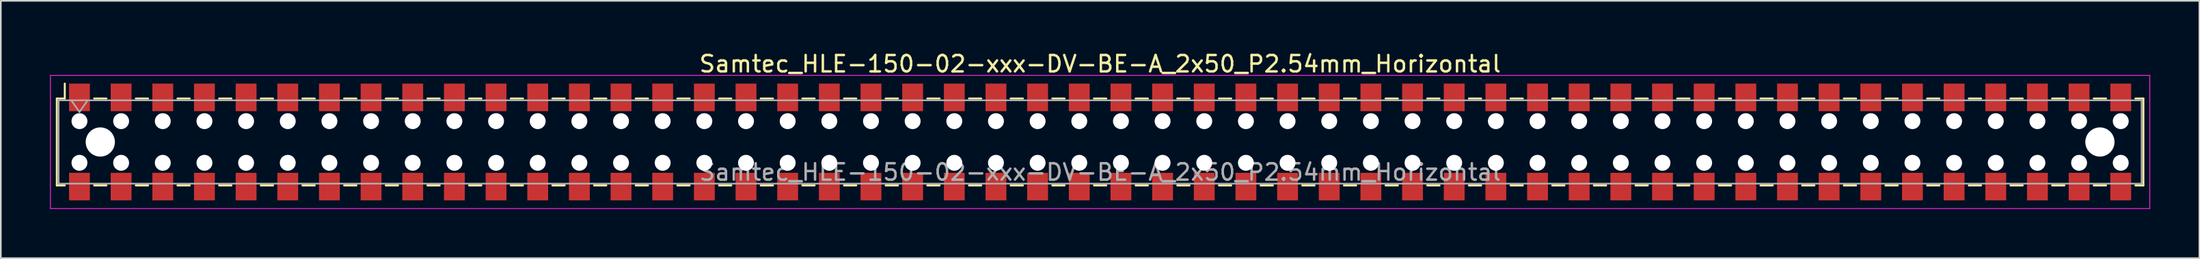
<source format=kicad_pcb>
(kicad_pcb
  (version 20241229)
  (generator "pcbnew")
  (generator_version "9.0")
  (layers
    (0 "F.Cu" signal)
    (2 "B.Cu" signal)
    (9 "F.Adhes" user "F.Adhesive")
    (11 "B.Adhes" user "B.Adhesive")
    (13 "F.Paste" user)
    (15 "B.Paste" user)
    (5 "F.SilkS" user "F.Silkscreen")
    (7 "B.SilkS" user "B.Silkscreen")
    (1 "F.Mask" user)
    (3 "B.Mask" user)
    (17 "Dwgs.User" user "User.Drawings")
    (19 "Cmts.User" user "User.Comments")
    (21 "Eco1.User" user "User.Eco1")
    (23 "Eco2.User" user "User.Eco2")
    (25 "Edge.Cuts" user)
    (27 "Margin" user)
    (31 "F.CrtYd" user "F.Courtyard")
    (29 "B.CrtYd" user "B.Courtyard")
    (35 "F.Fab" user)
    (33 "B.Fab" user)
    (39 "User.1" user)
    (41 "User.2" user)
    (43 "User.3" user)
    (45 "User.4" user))
  (footprint "Samtec_HLE-150-02-xxx-DV-BE-A_2x50_P2.54mm_Horizontal"
    (layer "F.Cu")
    (at 64.025 5.608)
    (property "Reference" "Samtec_HLE-150-02-xxx-DV-BE-A_2x50_P2.54mm_Horizontal" (at 0 -4.76 0) (layer "F.SilkS") (effects (font (size 1 1) (thickness 0.15))))
    (attr smd)
    (fp_line (start -63.61 -2.65) (end -63.61 2.65) (stroke (width 0.12) (type solid)) (layer "F.SilkS"))
    (fp_line (start -63.61 2.65) (end -63.125 2.65) (stroke (width 0.12) (type solid)) (layer "F.SilkS"))
    (fp_line (start -63.125 -3.56) (end -63.125 -2.65) (stroke (width 0.12) (type solid)) (layer "F.SilkS"))
    (fp_line (start -63.125 -2.65) (end -63.61 -2.65) (stroke (width 0.12) (type solid)) (layer "F.SilkS"))
    (fp_line (start -61.335 -2.65) (end -60.585 -2.65) (stroke (width 0.12) (type solid)) (layer "F.SilkS"))
    (fp_line (start -61.335 2.65) (end -60.585 2.65) (stroke (width 0.12) (type solid)) (layer "F.SilkS"))
    (fp_line (start -58.795 -2.65) (end -58.045 -2.65) (stroke (width 0.12) (type solid)) (layer "F.SilkS"))
    (fp_line (start -58.795 2.65) (end -58.045 2.65) (stroke (width 0.12) (type solid)) (layer "F.SilkS"))
    (fp_line (start -56.255 -2.65) (end -55.505 -2.65) (stroke (width 0.12) (type solid)) (layer "F.SilkS"))
    (fp_line (start -56.255 2.65) (end -55.505 2.65) (stroke (width 0.12) (type solid)) (layer "F.SilkS"))
    (fp_line (start -53.715 -2.65) (end -52.965 -2.65) (stroke (width 0.12) (type solid)) (layer "F.SilkS"))
    (fp_line (start -53.715 2.65) (end -52.965 2.65) (stroke (width 0.12) (type solid)) (layer "F.SilkS"))
    (fp_line (start -51.175 -2.65) (end -50.425 -2.65) (stroke (width 0.12) (type solid)) (layer "F.SilkS"))
    (fp_line (start -51.175 2.65) (end -50.425 2.65) (stroke (width 0.12) (type solid)) (layer "F.SilkS"))
    (fp_line (start -48.635 -2.65) (end -47.885 -2.65) (stroke (width 0.12) (type solid)) (layer "F.SilkS"))
    (fp_line (start -48.635 2.65) (end -47.885 2.65) (stroke (width 0.12) (type solid)) (layer "F.SilkS"))
    (fp_line (start -46.095 -2.65) (end -45.345 -2.65) (stroke (width 0.12) (type solid)) (layer "F.SilkS"))
    (fp_line (start -46.095 2.65) (end -45.345 2.65) (stroke (width 0.12) (type solid)) (layer "F.SilkS"))
    (fp_line (start -43.555 -2.65) (end -42.805 -2.65) (stroke (width 0.12) (type solid)) (layer "F.SilkS"))
    (fp_line (start -43.555 2.65) (end -42.805 2.65) (stroke (width 0.12) (type solid)) (layer "F.SilkS"))
    (fp_line (start -41.015 -2.65) (end -40.265 -2.65) (stroke (width 0.12) (type solid)) (layer "F.SilkS"))
    (fp_line (start -41.015 2.65) (end -40.265 2.65) (stroke (width 0.12) (type solid)) (layer "F.SilkS"))
    (fp_line (start -38.475 -2.65) (end -37.725 -2.65) (stroke (width 0.12) (type solid)) (layer "F.SilkS"))
    (fp_line (start -38.475 2.65) (end -37.725 2.65) (stroke (width 0.12) (type solid)) (layer "F.SilkS"))
    (fp_line (start -35.935 -2.65) (end -35.185 -2.65) (stroke (width 0.12) (type solid)) (layer "F.SilkS"))
    (fp_line (start -35.935 2.65) (end -35.185 2.65) (stroke (width 0.12) (type solid)) (layer "F.SilkS"))
    (fp_line (start -33.395 -2.65) (end -32.645 -2.65) (stroke (width 0.12) (type solid)) (layer "F.SilkS"))
    (fp_line (start -33.395 2.65) (end -32.645 2.65) (stroke (width 0.12) (type solid)) (layer "F.SilkS"))
    (fp_line (start -30.855 -2.65) (end -30.105 -2.65) (stroke (width 0.12) (type solid)) (layer "F.SilkS"))
    (fp_line (start -30.855 2.65) (end -30.105 2.65) (stroke (width 0.12) (type solid)) (layer "F.SilkS"))
    (fp_line (start -28.315 -2.65) (end -27.565 -2.65) (stroke (width 0.12) (type solid)) (layer "F.SilkS"))
    (fp_line (start -28.315 2.65) (end -27.565 2.65) (stroke (width 0.12) (type solid)) (layer "F.SilkS"))
    (fp_line (start -25.775 -2.65) (end -25.025 -2.65) (stroke (width 0.12) (type solid)) (layer "F.SilkS"))
    (fp_line (start -25.775 2.65) (end -25.025 2.65) (stroke (width 0.12) (type solid)) (layer "F.SilkS"))
    (fp_line (start -23.235 -2.65) (end -22.485 -2.65) (stroke (width 0.12) (type solid)) (layer "F.SilkS"))
    (fp_line (start -23.235 2.65) (end -22.485 2.65) (stroke (width 0.12) (type solid)) (layer "F.SilkS"))
    (fp_line (start -20.695 -2.65) (end -19.945 -2.65) (stroke (width 0.12) (type solid)) (layer "F.SilkS"))
    (fp_line (start -20.695 2.65) (end -19.945 2.65) (stroke (width 0.12) (type solid)) (layer "F.SilkS"))
    (fp_line (start -18.155 -2.65) (end -17.405 -2.65) (stroke (width 0.12) (type solid)) (layer "F.SilkS"))
    (fp_line (start -18.155 2.65) (end -17.405 2.65) (stroke (width 0.12) (type solid)) (layer "F.SilkS"))
    (fp_line (start -15.615 -2.65) (end -14.865 -2.65) (stroke (width 0.12) (type solid)) (layer "F.SilkS"))
    (fp_line (start -15.615 2.65) (end -14.865 2.65) (stroke (width 0.12) (type solid)) (layer "F.SilkS"))
    (fp_line (start -13.075 -2.65) (end -12.325 -2.65) (stroke (width 0.12) (type solid)) (layer "F.SilkS"))
    (fp_line (start -13.075 2.65) (end -12.325 2.65) (stroke (width 0.12) (type solid)) (layer "F.SilkS"))
    (fp_line (start -10.535 -2.65) (end -9.785 -2.65) (stroke (width 0.12) (type solid)) (layer "F.SilkS"))
    (fp_line (start -10.535 2.65) (end -9.785 2.65) (stroke (width 0.12) (type solid)) (layer "F.SilkS"))
    (fp_line (start -7.995 -2.65) (end -7.245 -2.65) (stroke (width 0.12) (type solid)) (layer "F.SilkS"))
    (fp_line (start -7.995 2.65) (end -7.245 2.65) (stroke (width 0.12) (type solid)) (layer "F.SilkS"))
    (fp_line (start -5.455 -2.65) (end -4.705 -2.65) (stroke (width 0.12) (type solid)) (layer "F.SilkS"))
    (fp_line (start -5.455 2.65) (end -4.705 2.65) (stroke (width 0.12) (type solid)) (layer "F.SilkS"))
    (fp_line (start -2.915 -2.65) (end -2.165 -2.65) (stroke (width 0.12) (type solid)) (layer "F.SilkS"))
    (fp_line (start -2.915 2.65) (end -2.165 2.65) (stroke (width 0.12) (type solid)) (layer "F.SilkS"))
    (fp_line (start -0.375 -2.65) (end 0.375 -2.65) (stroke (width 0.12) (type solid)) (layer "F.SilkS"))
    (fp_line (start -0.375 2.65) (end 0.375 2.65) (stroke (width 0.12) (type solid)) (layer "F.SilkS"))
    (fp_line (start 2.165 -2.65) (end 2.915 -2.65) (stroke (width 0.12) (type solid)) (layer "F.SilkS"))
    (fp_line (start 2.165 2.65) (end 2.915 2.65) (stroke (width 0.12) (type solid)) (layer "F.SilkS"))
    (fp_line (start 4.705 -2.65) (end 5.455 -2.65) (stroke (width 0.12) (type solid)) (layer "F.SilkS"))
    (fp_line (start 4.705 2.65) (end 5.455 2.65) (stroke (width 0.12) (type solid)) (layer "F.SilkS"))
    (fp_line (start 7.245 -2.65) (end 7.995 -2.65) (stroke (width 0.12) (type solid)) (layer "F.SilkS"))
    (fp_line (start 7.245 2.65) (end 7.995 2.65) (stroke (width 0.12) (type solid)) (layer "F.SilkS"))
    (fp_line (start 9.785 -2.65) (end 10.535 -2.65) (stroke (width 0.12) (type solid)) (layer "F.SilkS"))
    (fp_line (start 9.785 2.65) (end 10.535 2.65) (stroke (width 0.12) (type solid)) (layer "F.SilkS"))
    (fp_line (start 12.325 -2.65) (end 13.075 -2.65) (stroke (width 0.12) (type solid)) (layer "F.SilkS"))
    (fp_line (start 12.325 2.65) (end 13.075 2.65) (stroke (width 0.12) (type solid)) (layer "F.SilkS"))
    (fp_line (start 14.865 -2.65) (end 15.615 -2.65) (stroke (width 0.12) (type solid)) (layer "F.SilkS"))
    (fp_line (start 14.865 2.65) (end 15.615 2.65) (stroke (width 0.12) (type solid)) (layer "F.SilkS"))
    (fp_line (start 17.405 -2.65) (end 18.155 -2.65) (stroke (width 0.12) (type solid)) (layer "F.SilkS"))
    (fp_line (start 17.405 2.65) (end 18.155 2.65) (stroke (width 0.12) (type solid)) (layer "F.SilkS"))
    (fp_line (start 19.945 -2.65) (end 20.695 -2.65) (stroke (width 0.12) (type solid)) (layer "F.SilkS"))
    (fp_line (start 19.945 2.65) (end 20.695 2.65) (stroke (width 0.12) (type solid)) (layer "F.SilkS"))
    (fp_line (start 22.485 -2.65) (end 23.235 -2.65) (stroke (width 0.12) (type solid)) (layer "F.SilkS"))
    (fp_line (start 22.485 2.65) (end 23.235 2.65) (stroke (width 0.12) (type solid)) (layer "F.SilkS"))
    (fp_line (start 25.025 -2.65) (end 25.775 -2.65) (stroke (width 0.12) (type solid)) (layer "F.SilkS"))
    (fp_line (start 25.025 2.65) (end 25.775 2.65) (stroke (width 0.12) (type solid)) (layer "F.SilkS"))
    (fp_line (start 27.565 -2.65) (end 28.315 -2.65) (stroke (width 0.12) (type solid)) (layer "F.SilkS"))
    (fp_line (start 27.565 2.65) (end 28.315 2.65) (stroke (width 0.12) (type solid)) (layer "F.SilkS"))
    (fp_line (start 30.105 -2.65) (end 30.855 -2.65) (stroke (width 0.12) (type solid)) (layer "F.SilkS"))
    (fp_line (start 30.105 2.65) (end 30.855 2.65) (stroke (width 0.12) (type solid)) (layer "F.SilkS"))
    (fp_line (start 32.645 -2.65) (end 33.395 -2.65) (stroke (width 0.12) (type solid)) (layer "F.SilkS"))
    (fp_line (start 32.645 2.65) (end 33.395 2.65) (stroke (width 0.12) (type solid)) (layer "F.SilkS"))
    (fp_line (start 35.185 -2.65) (end 35.935 -2.65) (stroke (width 0.12) (type solid)) (layer "F.SilkS"))
    (fp_line (start 35.185 2.65) (end 35.935 2.65) (stroke (width 0.12) (type solid)) (layer "F.SilkS"))
    (fp_line (start 37.725 -2.65) (end 38.475 -2.65) (stroke (width 0.12) (type solid)) (layer "F.SilkS"))
    (fp_line (start 37.725 2.65) (end 38.475 2.65) (stroke (width 0.12) (type solid)) (layer "F.SilkS"))
    (fp_line (start 40.265 -2.65) (end 41.015 -2.65) (stroke (width 0.12) (type solid)) (layer "F.SilkS"))
    (fp_line (start 40.265 2.65) (end 41.015 2.65) (stroke (width 0.12) (type solid)) (layer "F.SilkS"))
    (fp_line (start 42.805 -2.65) (end 43.555 -2.65) (stroke (width 0.12) (type solid)) (layer "F.SilkS"))
    (fp_line (start 42.805 2.65) (end 43.555 2.65) (stroke (width 0.12) (type solid)) (layer "F.SilkS"))
    (fp_line (start 45.345 -2.65) (end 46.095 -2.65) (stroke (width 0.12) (type solid)) (layer "F.SilkS"))
    (fp_line (start 45.345 2.65) (end 46.095 2.65) (stroke (width 0.12) (type solid)) (layer "F.SilkS"))
    (fp_line (start 47.885 -2.65) (end 48.635 -2.65) (stroke (width 0.12) (type solid)) (layer "F.SilkS"))
    (fp_line (start 47.885 2.65) (end 48.635 2.65) (stroke (width 0.12) (type solid)) (layer "F.SilkS"))
    (fp_line (start 50.425 -2.65) (end 51.175 -2.65) (stroke (width 0.12) (type solid)) (layer "F.SilkS"))
    (fp_line (start 50.425 2.65) (end 51.175 2.65) (stroke (width 0.12) (type solid)) (layer "F.SilkS"))
    (fp_line (start 52.965 -2.65) (end 53.715 -2.65) (stroke (width 0.12) (type solid)) (layer "F.SilkS"))
    (fp_line (start 52.965 2.65) (end 53.715 2.65) (stroke (width 0.12) (type solid)) (layer "F.SilkS"))
    (fp_line (start 55.505 -2.65) (end 56.255 -2.65) (stroke (width 0.12) (type solid)) (layer "F.SilkS"))
    (fp_line (start 55.505 2.65) (end 56.255 2.65) (stroke (width 0.12) (type solid)) (layer "F.SilkS"))
    (fp_line (start 58.045 -2.65) (end 58.795 -2.65) (stroke (width 0.12) (type solid)) (layer "F.SilkS"))
    (fp_line (start 58.045 2.65) (end 58.795 2.65) (stroke (width 0.12) (type solid)) (layer "F.SilkS"))
    (fp_line (start 60.585 -2.65) (end 61.335 -2.65) (stroke (width 0.12) (type solid)) (layer "F.SilkS"))
    (fp_line (start 60.585 2.65) (end 61.335 2.65) (stroke (width 0.12) (type solid)) (layer "F.SilkS"))
    (fp_line (start 63.125 -2.65) (end 63.61 -2.65) (stroke (width 0.12) (type solid)) (layer "F.SilkS"))
    (fp_line (start 63.61 -2.65) (end 63.61 2.65) (stroke (width 0.12) (type solid)) (layer "F.SilkS"))
    (fp_line (start 63.61 2.65) (end 63.125 2.65) (stroke (width 0.12) (type solid)) (layer "F.SilkS"))
    (fp_line (start -64 -4.06) (end 64 -4.06) (stroke (width 0.05) (type solid)) (layer "F.CrtYd"))
    (fp_line (start -64 4.06) (end -64 -4.06) (stroke (width 0.05) (type solid)) (layer "F.CrtYd"))
    (fp_line (start 64 -4.06) (end 64 4.06) (stroke (width 0.05) (type solid)) (layer "F.CrtYd"))
    (fp_line (start 64 4.06) (end -64 4.06) (stroke (width 0.05) (type solid)) (layer "F.CrtYd"))
    (fp_line (start -63.5 -2.54) (end 63.5 -2.54) (stroke (width 0.1) (type solid)) (layer "F.Fab"))
    (fp_line (start -63.5 2.54) (end -63.5 -2.54) (stroke (width 0.1) (type solid)) (layer "F.Fab"))
    (fp_line (start -62.73 -2.54) (end -62.23 -1.833) (stroke (width 0.1) (type solid)) (layer "F.Fab"))
    (fp_line (start -62.23 -1.833) (end -61.73 -2.54) (stroke (width 0.1) (type solid)) (layer "F.Fab"))
    (fp_line (start 63.5 -2.54) (end 63.5 2.54) (stroke (width 0.1) (type solid)) (layer "F.Fab"))
    (fp_line (start 63.5 2.54) (end -63.5 2.54) (stroke (width 0.1) (type solid)) (layer "F.Fab"))
    (fp_text user "${REFERENCE}" (at 0 1.84 0) (layer "F.Fab") (effects (font (size 1 1) (thickness 0.15))))
    (pad "" np_thru_hole circle (at -62.23 -1.27) (size 0.97 0.97) (drill 0.97) (layers "*.Cu" "*.Mask"))
    (pad "" np_thru_hole circle (at -62.23 1.27) (size 0.97 0.97) (drill 0.97) (layers "*.Cu" "*.Mask"))
    (pad "" np_thru_hole circle (at -60.96 0) (size 1.78 1.78) (drill 1.78) (layers "*.Cu" "*.Mask"))
    (pad "" np_thru_hole circle (at -59.69 -1.27) (size 0.97 0.97) (drill 0.97) (layers "*.Cu" "*.Mask"))
    (pad "" np_thru_hole circle (at -59.69 1.27) (size 0.97 0.97) (drill 0.97) (layers "*.Cu" "*.Mask"))
    (pad "" np_thru_hole circle (at -57.15 -1.27) (size 0.97 0.97) (drill 0.97) (layers "*.Cu" "*.Mask"))
    (pad "" np_thru_hole circle (at -57.15 1.27) (size 0.97 0.97) (drill 0.97) (layers "*.Cu" "*.Mask"))
    (pad "" np_thru_hole circle (at -54.61 -1.27) (size 0.97 0.97) (drill 0.97) (layers "*.Cu" "*.Mask"))
    (pad "" np_thru_hole circle (at -54.61 1.27) (size 0.97 0.97) (drill 0.97) (layers "*.Cu" "*.Mask"))
    (pad "" np_thru_hole circle (at -52.07 -1.27) (size 0.97 0.97) (drill 0.97) (layers "*.Cu" "*.Mask"))
    (pad "" np_thru_hole circle (at -52.07 1.27) (size 0.97 0.97) (drill 0.97) (layers "*.Cu" "*.Mask"))
    (pad "" np_thru_hole circle (at -49.53 -1.27) (size 0.97 0.97) (drill 0.97) (layers "*.Cu" "*.Mask"))
    (pad "" np_thru_hole circle (at -49.53 1.27) (size 0.97 0.97) (drill 0.97) (layers "*.Cu" "*.Mask"))
    (pad "" np_thru_hole circle (at -46.99 -1.27) (size 0.97 0.97) (drill 0.97) (layers "*.Cu" "*.Mask"))
    (pad "" np_thru_hole circle (at -46.99 1.27) (size 0.97 0.97) (drill 0.97) (layers "*.Cu" "*.Mask"))
    (pad "" np_thru_hole circle (at -44.45 -1.27) (size 0.97 0.97) (drill 0.97) (layers "*.Cu" "*.Mask"))
    (pad "" np_thru_hole circle (at -44.45 1.27) (size 0.97 0.97) (drill 0.97) (layers "*.Cu" "*.Mask"))
    (pad "" np_thru_hole circle (at -41.91 -1.27) (size 0.97 0.97) (drill 0.97) (layers "*.Cu" "*.Mask"))
    (pad "" np_thru_hole circle (at -41.91 1.27) (size 0.97 0.97) (drill 0.97) (layers "*.Cu" "*.Mask"))
    (pad "" np_thru_hole circle (at -39.37 -1.27) (size 0.97 0.97) (drill 0.97) (layers "*.Cu" "*.Mask"))
    (pad "" np_thru_hole circle (at -39.37 1.27) (size 0.97 0.97) (drill 0.97) (layers "*.Cu" "*.Mask"))
    (pad "" np_thru_hole circle (at -36.83 -1.27) (size 0.97 0.97) (drill 0.97) (layers "*.Cu" "*.Mask"))
    (pad "" np_thru_hole circle (at -36.83 1.27) (size 0.97 0.97) (drill 0.97) (layers "*.Cu" "*.Mask"))
    (pad "" np_thru_hole circle (at -34.29 -1.27) (size 0.97 0.97) (drill 0.97) (layers "*.Cu" "*.Mask"))
    (pad "" np_thru_hole circle (at -34.29 1.27) (size 0.97 0.97) (drill 0.97) (layers "*.Cu" "*.Mask"))
    (pad "" np_thru_hole circle (at -31.75 -1.27) (size 0.97 0.97) (drill 0.97) (layers "*.Cu" "*.Mask"))
    (pad "" np_thru_hole circle (at -31.75 1.27) (size 0.97 0.97) (drill 0.97) (layers "*.Cu" "*.Mask"))
    (pad "" np_thru_hole circle (at -29.21 -1.27) (size 0.97 0.97) (drill 0.97) (layers "*.Cu" "*.Mask"))
    (pad "" np_thru_hole circle (at -29.21 1.27) (size 0.97 0.97) (drill 0.97) (layers "*.Cu" "*.Mask"))
    (pad "" np_thru_hole circle (at -26.67 -1.27) (size 0.97 0.97) (drill 0.97) (layers "*.Cu" "*.Mask"))
    (pad "" np_thru_hole circle (at -26.67 1.27) (size 0.97 0.97) (drill 0.97) (layers "*.Cu" "*.Mask"))
    (pad "" np_thru_hole circle (at -24.13 -1.27) (size 0.97 0.97) (drill 0.97) (layers "*.Cu" "*.Mask"))
    (pad "" np_thru_hole circle (at -24.13 1.27) (size 0.97 0.97) (drill 0.97) (layers "*.Cu" "*.Mask"))
    (pad "" np_thru_hole circle (at -21.59 -1.27) (size 0.97 0.97) (drill 0.97) (layers "*.Cu" "*.Mask"))
    (pad "" np_thru_hole circle (at -21.59 1.27) (size 0.97 0.97) (drill 0.97) (layers "*.Cu" "*.Mask"))
    (pad "" np_thru_hole circle (at -19.05 -1.27) (size 0.97 0.97) (drill 0.97) (layers "*.Cu" "*.Mask"))
    (pad "" np_thru_hole circle (at -19.05 1.27) (size 0.97 0.97) (drill 0.97) (layers "*.Cu" "*.Mask"))
    (pad "" np_thru_hole circle (at -16.51 -1.27) (size 0.97 0.97) (drill 0.97) (layers "*.Cu" "*.Mask"))
    (pad "" np_thru_hole circle (at -16.51 1.27) (size 0.97 0.97) (drill 0.97) (layers "*.Cu" "*.Mask"))
    (pad "" np_thru_hole circle (at -13.97 -1.27) (size 0.97 0.97) (drill 0.97) (layers "*.Cu" "*.Mask"))
    (pad "" np_thru_hole circle (at -13.97 1.27) (size 0.97 0.97) (drill 0.97) (layers "*.Cu" "*.Mask"))
    (pad "" np_thru_hole circle (at -11.43 -1.27) (size 0.97 0.97) (drill 0.97) (layers "*.Cu" "*.Mask"))
    (pad "" np_thru_hole circle (at -11.43 1.27) (size 0.97 0.97) (drill 0.97) (layers "*.Cu" "*.Mask"))
    (pad "" np_thru_hole circle (at -8.89 -1.27) (size 0.97 0.97) (drill 0.97) (layers "*.Cu" "*.Mask"))
    (pad "" np_thru_hole circle (at -8.89 1.27) (size 0.97 0.97) (drill 0.97) (layers "*.Cu" "*.Mask"))
    (pad "" np_thru_hole circle (at -6.35 -1.27) (size 0.97 0.97) (drill 0.97) (layers "*.Cu" "*.Mask"))
    (pad "" np_thru_hole circle (at -6.35 1.27) (size 0.97 0.97) (drill 0.97) (layers "*.Cu" "*.Mask"))
    (pad "" np_thru_hole circle (at -3.81 -1.27) (size 0.97 0.97) (drill 0.97) (layers "*.Cu" "*.Mask"))
    (pad "" np_thru_hole circle (at -3.81 1.27) (size 0.97 0.97) (drill 0.97) (layers "*.Cu" "*.Mask"))
    (pad "" np_thru_hole circle (at -1.27 -1.27) (size 0.97 0.97) (drill 0.97) (layers "*.Cu" "*.Mask"))
    (pad "" np_thru_hole circle (at -1.27 1.27) (size 0.97 0.97) (drill 0.97) (layers "*.Cu" "*.Mask"))
    (pad "" np_thru_hole circle (at 1.27 -1.27) (size 0.97 0.97) (drill 0.97) (layers "*.Cu" "*.Mask"))
    (pad "" np_thru_hole circle (at 1.27 1.27) (size 0.97 0.97) (drill 0.97) (layers "*.Cu" "*.Mask"))
    (pad "" np_thru_hole circle (at 3.81 -1.27) (size 0.97 0.97) (drill 0.97) (layers "*.Cu" "*.Mask"))
    (pad "" np_thru_hole circle (at 3.81 1.27) (size 0.97 0.97) (drill 0.97) (layers "*.Cu" "*.Mask"))
    (pad "" np_thru_hole circle (at 6.35 -1.27) (size 0.97 0.97) (drill 0.97) (layers "*.Cu" "*.Mask"))
    (pad "" np_thru_hole circle (at 6.35 1.27) (size 0.97 0.97) (drill 0.97) (layers "*.Cu" "*.Mask"))
    (pad "" np_thru_hole circle (at 8.89 -1.27) (size 0.97 0.97) (drill 0.97) (layers "*.Cu" "*.Mask"))
    (pad "" np_thru_hole circle (at 8.89 1.27) (size 0.97 0.97) (drill 0.97) (layers "*.Cu" "*.Mask"))
    (pad "" np_thru_hole circle (at 11.43 -1.27) (size 0.97 0.97) (drill 0.97) (layers "*.Cu" "*.Mask"))
    (pad "" np_thru_hole circle (at 11.43 1.27) (size 0.97 0.97) (drill 0.97) (layers "*.Cu" "*.Mask"))
    (pad "" np_thru_hole circle (at 13.97 -1.27) (size 0.97 0.97) (drill 0.97) (layers "*.Cu" "*.Mask"))
    (pad "" np_thru_hole circle (at 13.97 1.27) (size 0.97 0.97) (drill 0.97) (layers "*.Cu" "*.Mask"))
    (pad "" np_thru_hole circle (at 16.51 -1.27) (size 0.97 0.97) (drill 0.97) (layers "*.Cu" "*.Mask"))
    (pad "" np_thru_hole circle (at 16.51 1.27) (size 0.97 0.97) (drill 0.97) (layers "*.Cu" "*.Mask"))
    (pad "" np_thru_hole circle (at 19.05 -1.27) (size 0.97 0.97) (drill 0.97) (layers "*.Cu" "*.Mask"))
    (pad "" np_thru_hole circle (at 19.05 1.27) (size 0.97 0.97) (drill 0.97) (layers "*.Cu" "*.Mask"))
    (pad "" np_thru_hole circle (at 21.59 -1.27) (size 0.97 0.97) (drill 0.97) (layers "*.Cu" "*.Mask"))
    (pad "" np_thru_hole circle (at 21.59 1.27) (size 0.97 0.97) (drill 0.97) (layers "*.Cu" "*.Mask"))
    (pad "" np_thru_hole circle (at 24.13 -1.27) (size 0.97 0.97) (drill 0.97) (layers "*.Cu" "*.Mask"))
    (pad "" np_thru_hole circle (at 24.13 1.27) (size 0.97 0.97) (drill 0.97) (layers "*.Cu" "*.Mask"))
    (pad "" np_thru_hole circle (at 26.67 -1.27) (size 0.97 0.97) (drill 0.97) (layers "*.Cu" "*.Mask"))
    (pad "" np_thru_hole circle (at 26.67 1.27) (size 0.97 0.97) (drill 0.97) (layers "*.Cu" "*.Mask"))
    (pad "" np_thru_hole circle (at 29.21 -1.27) (size 0.97 0.97) (drill 0.97) (layers "*.Cu" "*.Mask"))
    (pad "" np_thru_hole circle (at 29.21 1.27) (size 0.97 0.97) (drill 0.97) (layers "*.Cu" "*.Mask"))
    (pad "" np_thru_hole circle (at 31.75 -1.27) (size 0.97 0.97) (drill 0.97) (layers "*.Cu" "*.Mask"))
    (pad "" np_thru_hole circle (at 31.75 1.27) (size 0.97 0.97) (drill 0.97) (layers "*.Cu" "*.Mask"))
    (pad "" np_thru_hole circle (at 34.29 -1.27) (size 0.97 0.97) (drill 0.97) (layers "*.Cu" "*.Mask"))
    (pad "" np_thru_hole circle (at 34.29 1.27) (size 0.97 0.97) (drill 0.97) (layers "*.Cu" "*.Mask"))
    (pad "" np_thru_hole circle (at 36.83 -1.27) (size 0.97 0.97) (drill 0.97) (layers "*.Cu" "*.Mask"))
    (pad "" np_thru_hole circle (at 36.83 1.27) (size 0.97 0.97) (drill 0.97) (layers "*.Cu" "*.Mask"))
    (pad "" np_thru_hole circle (at 39.37 -1.27) (size 0.97 0.97) (drill 0.97) (layers "*.Cu" "*.Mask"))
    (pad "" np_thru_hole circle (at 39.37 1.27) (size 0.97 0.97) (drill 0.97) (layers "*.Cu" "*.Mask"))
    (pad "" np_thru_hole circle (at 41.91 -1.27) (size 0.97 0.97) (drill 0.97) (layers "*.Cu" "*.Mask"))
    (pad "" np_thru_hole circle (at 41.91 1.27) (size 0.97 0.97) (drill 0.97) (layers "*.Cu" "*.Mask"))
    (pad "" np_thru_hole circle (at 44.45 -1.27) (size 0.97 0.97) (drill 0.97) (layers "*.Cu" "*.Mask"))
    (pad "" np_thru_hole circle (at 44.45 1.27) (size 0.97 0.97) (drill 0.97) (layers "*.Cu" "*.Mask"))
    (pad "" np_thru_hole circle (at 46.99 -1.27) (size 0.97 0.97) (drill 0.97) (layers "*.Cu" "*.Mask"))
    (pad "" np_thru_hole circle (at 46.99 1.27) (size 0.97 0.97) (drill 0.97) (layers "*.Cu" "*.Mask"))
    (pad "" np_thru_hole circle (at 49.53 -1.27) (size 0.97 0.97) (drill 0.97) (layers "*.Cu" "*.Mask"))
    (pad "" np_thru_hole circle (at 49.53 1.27) (size 0.97 0.97) (drill 0.97) (layers "*.Cu" "*.Mask"))
    (pad "" np_thru_hole circle (at 52.07 -1.27) (size 0.97 0.97) (drill 0.97) (layers "*.Cu" "*.Mask"))
    (pad "" np_thru_hole circle (at 52.07 1.27) (size 0.97 0.97) (drill 0.97) (layers "*.Cu" "*.Mask"))
    (pad "" np_thru_hole circle (at 54.61 -1.27) (size 0.97 0.97) (drill 0.97) (layers "*.Cu" "*.Mask"))
    (pad "" np_thru_hole circle (at 54.61 1.27) (size 0.97 0.97) (drill 0.97) (layers "*.Cu" "*.Mask"))
    (pad "" np_thru_hole circle (at 57.15 -1.27) (size 0.97 0.97) (drill 0.97) (layers "*.Cu" "*.Mask"))
    (pad "" np_thru_hole circle (at 57.15 1.27) (size 0.97 0.97) (drill 0.97) (layers "*.Cu" "*.Mask"))
    (pad "" np_thru_hole circle (at 59.69 -1.27) (size 0.97 0.97) (drill 0.97) (layers "*.Cu" "*.Mask"))
    (pad "" np_thru_hole circle (at 59.69 1.27) (size 0.97 0.97) (drill 0.97) (layers "*.Cu" "*.Mask"))
    (pad "" np_thru_hole circle (at 60.96 0) (size 1.78 1.78) (drill 1.78) (layers "*.Cu" "*.Mask"))
    (pad "" np_thru_hole circle (at 62.23 -1.27) (size 0.97 0.97) (drill 0.97) (layers "*.Cu" "*.Mask"))
    (pad "" np_thru_hole circle (at 62.23 1.27) (size 0.97 0.97) (drill 0.97) (layers "*.Cu" "*.Mask"))
    (pad "1" smd rect (at -62.23 -2.72) (size 1.27 1.68) (layers "F.Cu" "F.Mask" "F.Paste"))
    (pad "2" smd rect (at -62.23 2.72) (size 1.27 1.68) (layers "F.Cu" "F.Mask" "F.Paste"))
    (pad "3" smd rect (at -59.69 -2.72) (size 1.27 1.68) (layers "F.Cu" "F.Mask" "F.Paste"))
    (pad "4" smd rect (at -59.69 2.72) (size 1.27 1.68) (layers "F.Cu" "F.Mask" "F.Paste"))
    (pad "5" smd rect (at -57.15 -2.72) (size 1.27 1.68) (layers "F.Cu" "F.Mask" "F.Paste"))
    (pad "6" smd rect (at -57.15 2.72) (size 1.27 1.68) (layers "F.Cu" "F.Mask" "F.Paste"))
    (pad "7" smd rect (at -54.61 -2.72) (size 1.27 1.68) (layers "F.Cu" "F.Mask" "F.Paste"))
    (pad "8" smd rect (at -54.61 2.72) (size 1.27 1.68) (layers "F.Cu" "F.Mask" "F.Paste"))
    (pad "9" smd rect (at -52.07 -2.72) (size 1.27 1.68) (layers "F.Cu" "F.Mask" "F.Paste"))
    (pad "10" smd rect (at -52.07 2.72) (size 1.27 1.68) (layers "F.Cu" "F.Mask" "F.Paste"))
    (pad "11" smd rect (at -49.53 -2.72) (size 1.27 1.68) (layers "F.Cu" "F.Mask" "F.Paste"))
    (pad "12" smd rect (at -49.53 2.72) (size 1.27 1.68) (layers "F.Cu" "F.Mask" "F.Paste"))
    (pad "13" smd rect (at -46.99 -2.72) (size 1.27 1.68) (layers "F.Cu" "F.Mask" "F.Paste"))
    (pad "14" smd rect (at -46.99 2.72) (size 1.27 1.68) (layers "F.Cu" "F.Mask" "F.Paste"))
    (pad "15" smd rect (at -44.45 -2.72) (size 1.27 1.68) (layers "F.Cu" "F.Mask" "F.Paste"))
    (pad "16" smd rect (at -44.45 2.72) (size 1.27 1.68) (layers "F.Cu" "F.Mask" "F.Paste"))
    (pad "17" smd rect (at -41.91 -2.72) (size 1.27 1.68) (layers "F.Cu" "F.Mask" "F.Paste"))
    (pad "18" smd rect (at -41.91 2.72) (size 1.27 1.68) (layers "F.Cu" "F.Mask" "F.Paste"))
    (pad "19" smd rect (at -39.37 -2.72) (size 1.27 1.68) (layers "F.Cu" "F.Mask" "F.Paste"))
    (pad "20" smd rect (at -39.37 2.72) (size 1.27 1.68) (layers "F.Cu" "F.Mask" "F.Paste"))
    (pad "21" smd rect (at -36.83 -2.72) (size 1.27 1.68) (layers "F.Cu" "F.Mask" "F.Paste"))
    (pad "22" smd rect (at -36.83 2.72) (size 1.27 1.68) (layers "F.Cu" "F.Mask" "F.Paste"))
    (pad "23" smd rect (at -34.29 -2.72) (size 1.27 1.68) (layers "F.Cu" "F.Mask" "F.Paste"))
    (pad "24" smd rect (at -34.29 2.72) (size 1.27 1.68) (layers "F.Cu" "F.Mask" "F.Paste"))
    (pad "25" smd rect (at -31.75 -2.72) (size 1.27 1.68) (layers "F.Cu" "F.Mask" "F.Paste"))
    (pad "26" smd rect (at -31.75 2.72) (size 1.27 1.68) (layers "F.Cu" "F.Mask" "F.Paste"))
    (pad "27" smd rect (at -29.21 -2.72) (size 1.27 1.68) (layers "F.Cu" "F.Mask" "F.Paste"))
    (pad "28" smd rect (at -29.21 2.72) (size 1.27 1.68) (layers "F.Cu" "F.Mask" "F.Paste"))
    (pad "29" smd rect (at -26.67 -2.72) (size 1.27 1.68) (layers "F.Cu" "F.Mask" "F.Paste"))
    (pad "30" smd rect (at -26.67 2.72) (size 1.27 1.68) (layers "F.Cu" "F.Mask" "F.Paste"))
    (pad "31" smd rect (at -24.13 -2.72) (size 1.27 1.68) (layers "F.Cu" "F.Mask" "F.Paste"))
    (pad "32" smd rect (at -24.13 2.72) (size 1.27 1.68) (layers "F.Cu" "F.Mask" "F.Paste"))
    (pad "33" smd rect (at -21.59 -2.72) (size 1.27 1.68) (layers "F.Cu" "F.Mask" "F.Paste"))
    (pad "34" smd rect (at -21.59 2.72) (size 1.27 1.68) (layers "F.Cu" "F.Mask" "F.Paste"))
    (pad "35" smd rect (at -19.05 -2.72) (size 1.27 1.68) (layers "F.Cu" "F.Mask" "F.Paste"))
    (pad "36" smd rect (at -19.05 2.72) (size 1.27 1.68) (layers "F.Cu" "F.Mask" "F.Paste"))
    (pad "37" smd rect (at -16.51 -2.72) (size 1.27 1.68) (layers "F.Cu" "F.Mask" "F.Paste"))
    (pad "38" smd rect (at -16.51 2.72) (size 1.27 1.68) (layers "F.Cu" "F.Mask" "F.Paste"))
    (pad "39" smd rect (at -13.97 -2.72) (size 1.27 1.68) (layers "F.Cu" "F.Mask" "F.Paste"))
    (pad "40" smd rect (at -13.97 2.72) (size 1.27 1.68) (layers "F.Cu" "F.Mask" "F.Paste"))
    (pad "41" smd rect (at -11.43 -2.72) (size 1.27 1.68) (layers "F.Cu" "F.Mask" "F.Paste"))
    (pad "42" smd rect (at -11.43 2.72) (size 1.27 1.68) (layers "F.Cu" "F.Mask" "F.Paste"))
    (pad "43" smd rect (at -8.89 -2.72) (size 1.27 1.68) (layers "F.Cu" "F.Mask" "F.Paste"))
    (pad "44" smd rect (at -8.89 2.72) (size 1.27 1.68) (layers "F.Cu" "F.Mask" "F.Paste"))
    (pad "45" smd rect (at -6.35 -2.72) (size 1.27 1.68) (layers "F.Cu" "F.Mask" "F.Paste"))
    (pad "46" smd rect (at -6.35 2.72) (size 1.27 1.68) (layers "F.Cu" "F.Mask" "F.Paste"))
    (pad "47" smd rect (at -3.81 -2.72) (size 1.27 1.68) (layers "F.Cu" "F.Mask" "F.Paste"))
    (pad "48" smd rect (at -3.81 2.72) (size 1.27 1.68) (layers "F.Cu" "F.Mask" "F.Paste"))
    (pad "49" smd rect (at -1.27 -2.72) (size 1.27 1.68) (layers "F.Cu" "F.Mask" "F.Paste"))
    (pad "50" smd rect (at -1.27 2.72) (size 1.27 1.68) (layers "F.Cu" "F.Mask" "F.Paste"))
    (pad "51" smd rect (at 1.27 -2.72) (size 1.27 1.68) (layers "F.Cu" "F.Mask" "F.Paste"))
    (pad "52" smd rect (at 1.27 2.72) (size 1.27 1.68) (layers "F.Cu" "F.Mask" "F.Paste"))
    (pad "53" smd rect (at 3.81 -2.72) (size 1.27 1.68) (layers "F.Cu" "F.Mask" "F.Paste"))
    (pad "54" smd rect (at 3.81 2.72) (size 1.27 1.68) (layers "F.Cu" "F.Mask" "F.Paste"))
    (pad "55" smd rect (at 6.35 -2.72) (size 1.27 1.68) (layers "F.Cu" "F.Mask" "F.Paste"))
    (pad "56" smd rect (at 6.35 2.72) (size 1.27 1.68) (layers "F.Cu" "F.Mask" "F.Paste"))
    (pad "57" smd rect (at 8.89 -2.72) (size 1.27 1.68) (layers "F.Cu" "F.Mask" "F.Paste"))
    (pad "58" smd rect (at 8.89 2.72) (size 1.27 1.68) (layers "F.Cu" "F.Mask" "F.Paste"))
    (pad "59" smd rect (at 11.43 -2.72) (size 1.27 1.68) (layers "F.Cu" "F.Mask" "F.Paste"))
    (pad "60" smd rect (at 11.43 2.72) (size 1.27 1.68) (layers "F.Cu" "F.Mask" "F.Paste"))
    (pad "61" smd rect (at 13.97 -2.72) (size 1.27 1.68) (layers "F.Cu" "F.Mask" "F.Paste"))
    (pad "62" smd rect (at 13.97 2.72) (size 1.27 1.68) (layers "F.Cu" "F.Mask" "F.Paste"))
    (pad "63" smd rect (at 16.51 -2.72) (size 1.27 1.68) (layers "F.Cu" "F.Mask" "F.Paste"))
    (pad "64" smd rect (at 16.51 2.72) (size 1.27 1.68) (layers "F.Cu" "F.Mask" "F.Paste"))
    (pad "65" smd rect (at 19.05 -2.72) (size 1.27 1.68) (layers "F.Cu" "F.Mask" "F.Paste"))
    (pad "66" smd rect (at 19.05 2.72) (size 1.27 1.68) (layers "F.Cu" "F.Mask" "F.Paste"))
    (pad "67" smd rect (at 21.59 -2.72) (size 1.27 1.68) (layers "F.Cu" "F.Mask" "F.Paste"))
    (pad "68" smd rect (at 21.59 2.72) (size 1.27 1.68) (layers "F.Cu" "F.Mask" "F.Paste"))
    (pad "69" smd rect (at 24.13 -2.72) (size 1.27 1.68) (layers "F.Cu" "F.Mask" "F.Paste"))
    (pad "70" smd rect (at 24.13 2.72) (size 1.27 1.68) (layers "F.Cu" "F.Mask" "F.Paste"))
    (pad "71" smd rect (at 26.67 -2.72) (size 1.27 1.68) (layers "F.Cu" "F.Mask" "F.Paste"))
    (pad "72" smd rect (at 26.67 2.72) (size 1.27 1.68) (layers "F.Cu" "F.Mask" "F.Paste"))
    (pad "73" smd rect (at 29.21 -2.72) (size 1.27 1.68) (layers "F.Cu" "F.Mask" "F.Paste"))
    (pad "74" smd rect (at 29.21 2.72) (size 1.27 1.68) (layers "F.Cu" "F.Mask" "F.Paste"))
    (pad "75" smd rect (at 31.75 -2.72) (size 1.27 1.68) (layers "F.Cu" "F.Mask" "F.Paste"))
    (pad "76" smd rect (at 31.75 2.72) (size 1.27 1.68) (layers "F.Cu" "F.Mask" "F.Paste"))
    (pad "77" smd rect (at 34.29 -2.72) (size 1.27 1.68) (layers "F.Cu" "F.Mask" "F.Paste"))
    (pad "78" smd rect (at 34.29 2.72) (size 1.27 1.68) (layers "F.Cu" "F.Mask" "F.Paste"))
    (pad "79" smd rect (at 36.83 -2.72) (size 1.27 1.68) (layers "F.Cu" "F.Mask" "F.Paste"))
    (pad "80" smd rect (at 36.83 2.72) (size 1.27 1.68) (layers "F.Cu" "F.Mask" "F.Paste"))
    (pad "81" smd rect (at 39.37 -2.72) (size 1.27 1.68) (layers "F.Cu" "F.Mask" "F.Paste"))
    (pad "82" smd rect (at 39.37 2.72) (size 1.27 1.68) (layers "F.Cu" "F.Mask" "F.Paste"))
    (pad "83" smd rect (at 41.91 -2.72) (size 1.27 1.68) (layers "F.Cu" "F.Mask" "F.Paste"))
    (pad "84" smd rect (at 41.91 2.72) (size 1.27 1.68) (layers "F.Cu" "F.Mask" "F.Paste"))
    (pad "85" smd rect (at 44.45 -2.72) (size 1.27 1.68) (layers "F.Cu" "F.Mask" "F.Paste"))
    (pad "86" smd rect (at 44.45 2.72) (size 1.27 1.68) (layers "F.Cu" "F.Mask" "F.Paste"))
    (pad "87" smd rect (at 46.99 -2.72) (size 1.27 1.68) (layers "F.Cu" "F.Mask" "F.Paste"))
    (pad "88" smd rect (at 46.99 2.72) (size 1.27 1.68) (layers "F.Cu" "F.Mask" "F.Paste"))
    (pad "89" smd rect (at 49.53 -2.72) (size 1.27 1.68) (layers "F.Cu" "F.Mask" "F.Paste"))
    (pad "90" smd rect (at 49.53 2.72) (size 1.27 1.68) (layers "F.Cu" "F.Mask" "F.Paste"))
    (pad "91" smd rect (at 52.07 -2.72) (size 1.27 1.68) (layers "F.Cu" "F.Mask" "F.Paste"))
    (pad "92" smd rect (at 52.07 2.72) (size 1.27 1.68) (layers "F.Cu" "F.Mask" "F.Paste"))
    (pad "93" smd rect (at 54.61 -2.72) (size 1.27 1.68) (layers "F.Cu" "F.Mask" "F.Paste"))
    (pad "94" smd rect (at 54.61 2.72) (size 1.27 1.68) (layers "F.Cu" "F.Mask" "F.Paste"))
    (pad "95" smd rect (at 57.15 -2.72) (size 1.27 1.68) (layers "F.Cu" "F.Mask" "F.Paste"))
    (pad "96" smd rect (at 57.15 2.72) (size 1.27 1.68) (layers "F.Cu" "F.Mask" "F.Paste"))
    (pad "97" smd rect (at 59.69 -2.72) (size 1.27 1.68) (layers "F.Cu" "F.Mask" "F.Paste"))
    (pad "98" smd rect (at 59.69 2.72) (size 1.27 1.68) (layers "F.Cu" "F.Mask" "F.Paste"))
    (pad "99" smd rect (at 62.23 -2.72) (size 1.27 1.68) (layers "F.Cu" "F.Mask" "F.Paste"))
    (pad "100" smd rect (at 62.23 2.72) (size 1.27 1.68) (layers "F.Cu" "F.Mask" "F.Paste")))
  (gr_rect
    (start -3 -3)
    (end 131.05 12.693)
    (stroke (width 0.1) (type default))
    (fill no)
    (layer "Edge.Cuts")))
</source>
